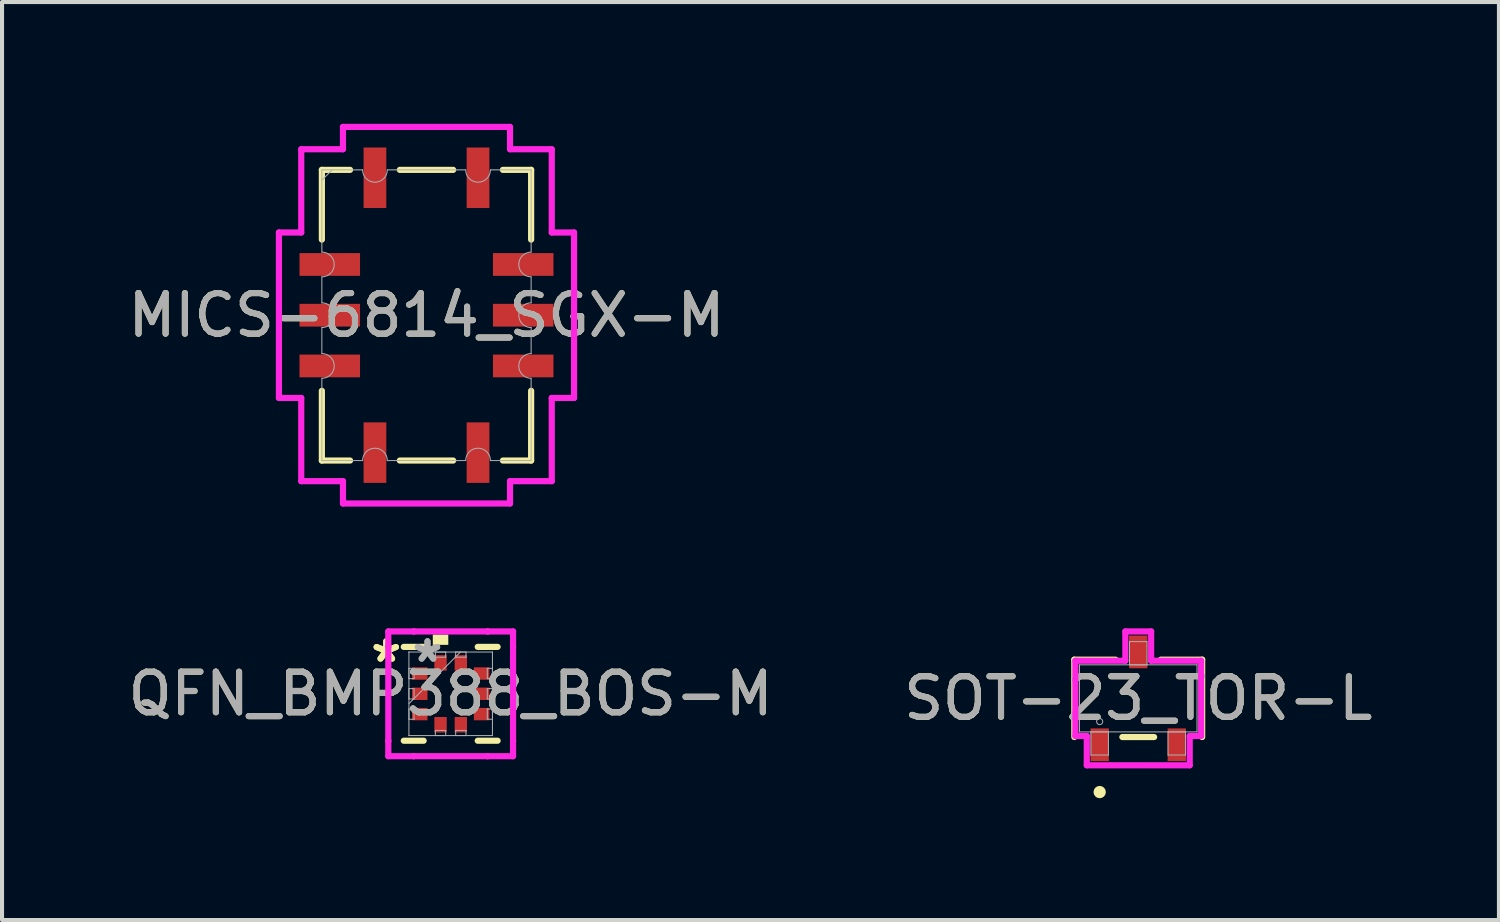
<source format=kicad_pcb>
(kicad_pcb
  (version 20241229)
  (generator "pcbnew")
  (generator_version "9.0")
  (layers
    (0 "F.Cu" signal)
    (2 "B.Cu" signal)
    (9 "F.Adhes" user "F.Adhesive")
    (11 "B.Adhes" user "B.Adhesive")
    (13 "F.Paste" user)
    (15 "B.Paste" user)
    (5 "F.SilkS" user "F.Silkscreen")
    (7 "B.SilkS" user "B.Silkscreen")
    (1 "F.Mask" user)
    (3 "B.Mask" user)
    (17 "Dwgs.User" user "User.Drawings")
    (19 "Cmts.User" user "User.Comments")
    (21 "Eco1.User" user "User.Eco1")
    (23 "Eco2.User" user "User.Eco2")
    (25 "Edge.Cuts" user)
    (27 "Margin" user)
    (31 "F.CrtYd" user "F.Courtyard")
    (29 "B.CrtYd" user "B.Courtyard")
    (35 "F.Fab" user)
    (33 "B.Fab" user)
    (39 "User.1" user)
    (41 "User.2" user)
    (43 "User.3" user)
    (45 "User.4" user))
  (footprint "MICS-6814_SGX-M"
    (layer "F.Cu")
    (at 7.458 4.716)
    (property "Reference" "MICS-6814_SGX-M" (at 0 0 0) (unlocked yes) (layer "F.SilkS") (effects (font (size 1 1) (thickness 0.15))))
    (attr smd)
    (fp_line (start -2.578 -1.863) (end -2.578 -3.581) (stroke (width 0.152) (type solid)) (layer "F.SilkS"))
    (fp_line (start -2.578 1.863) (end -2.578 3.581) (stroke (width 0.152) (type solid)) (layer "F.SilkS"))
    (fp_line (start -1.883 -3.581) (end -2.578 -3.581) (stroke (width 0.152) (type solid)) (layer "F.SilkS"))
    (fp_line (start -1.883 3.581) (end -2.578 3.581) (stroke (width 0.152) (type solid)) (layer "F.SilkS"))
    (fp_line (start 0.657 -3.581) (end -0.657 -3.581) (stroke (width 0.152) (type solid)) (layer "F.SilkS"))
    (fp_line (start 0.657 3.581) (end -0.657 3.581) (stroke (width 0.152) (type solid)) (layer "F.SilkS"))
    (fp_line (start 1.883 -3.581) (end 2.578 -3.581) (stroke (width 0.152) (type solid)) (layer "F.SilkS"))
    (fp_line (start 1.883 3.581) (end 2.578 3.581) (stroke (width 0.152) (type solid)) (layer "F.SilkS"))
    (fp_line (start 2.578 -1.863) (end 2.578 -3.581) (stroke (width 0.152) (type solid)) (layer "F.SilkS"))
    (fp_line (start 2.578 1.863) (end 2.578 3.581) (stroke (width 0.152) (type solid)) (layer "F.SilkS"))
    (fp_line (start -3.636 -2.038) (end -3.086 -2.038) (stroke (width 0.152) (type solid)) (layer "F.CrtYd"))
    (fp_line (start -3.636 2.038) (end -3.636 -2.038) (stroke (width 0.152) (type solid)) (layer "F.CrtYd"))
    (fp_line (start -3.636 2.038) (end -3.086 2.038) (stroke (width 0.152) (type solid)) (layer "F.CrtYd"))
    (fp_line (start -3.086 -4.089) (end -2.058 -4.089) (stroke (width 0.152) (type solid)) (layer "F.CrtYd"))
    (fp_line (start -3.086 -2.038) (end -3.086 -4.089) (stroke (width 0.152) (type solid)) (layer "F.CrtYd"))
    (fp_line (start -3.086 4.089) (end -3.086 2.038) (stroke (width 0.152) (type solid)) (layer "F.CrtYd"))
    (fp_line (start -2.058 -4.639) (end 2.058 -4.639) (stroke (width 0.152) (type solid)) (layer "F.CrtYd"))
    (fp_line (start -2.058 -4.089) (end -2.058 -4.639) (stroke (width 0.152) (type solid)) (layer "F.CrtYd"))
    (fp_line (start -2.058 4.089) (end -3.086 4.089) (stroke (width 0.152) (type solid)) (layer "F.CrtYd"))
    (fp_line (start -2.058 4.639) (end -2.058 4.089) (stroke (width 0.152) (type solid)) (layer "F.CrtYd"))
    (fp_line (start 2.058 -4.639) (end 2.058 -4.089) (stroke (width 0.152) (type solid)) (layer "F.CrtYd"))
    (fp_line (start 2.058 -4.089) (end 3.086 -4.089) (stroke (width 0.152) (type solid)) (layer "F.CrtYd"))
    (fp_line (start 2.058 4.089) (end 2.058 4.639) (stroke (width 0.152) (type solid)) (layer "F.CrtYd"))
    (fp_line (start 2.058 4.639) (end -2.058 4.639) (stroke (width 0.152) (type solid)) (layer "F.CrtYd"))
    (fp_line (start 3.086 -4.089) (end 3.086 -2.038) (stroke (width 0.152) (type solid)) (layer "F.CrtYd"))
    (fp_line (start 3.086 -2.038) (end 3.636 -2.038) (stroke (width 0.152) (type solid)) (layer "F.CrtYd"))
    (fp_line (start 3.086 2.038) (end 3.086 4.089) (stroke (width 0.152) (type solid)) (layer "F.CrtYd"))
    (fp_line (start 3.086 4.089) (end 2.058 4.089) (stroke (width 0.152) (type solid)) (layer "F.CrtYd"))
    (fp_line (start 3.636 -2.038) (end 3.636 2.038) (stroke (width 0.152) (type solid)) (layer "F.CrtYd"))
    (fp_line (start 3.636 2.038) (end 3.086 2.038) (stroke (width 0.152) (type solid)) (layer "F.CrtYd"))
    (fp_line (start -2.578 -1.555) (end -2.578 -3.581) (stroke (width 0.025) (type solid)) (layer "F.Fab"))
    (fp_line (start -2.578 -0.945) (end -2.578 -0.305) (stroke (width 0.025) (type solid)) (layer "F.Fab"))
    (fp_line (start -2.578 0.305) (end -2.578 0.945) (stroke (width 0.025) (type solid)) (layer "F.Fab"))
    (fp_line (start -2.578 1.555) (end -2.578 3.581) (stroke (width 0.025) (type solid)) (layer "F.Fab"))
    (fp_line (start -2.324 -3.581) (end -2.578 -3.327) (stroke (width 0.025) (type solid)) (layer "F.Fab"))
    (fp_line (start -1.575 -3.581) (end -2.578 -3.581) (stroke (width 0.025) (type solid)) (layer "F.Fab"))
    (fp_line (start -1.575 3.581) (end -2.578 3.581) (stroke (width 0.025) (type solid)) (layer "F.Fab"))
    (fp_line (start 0.965 -3.581) (end -0.965 -3.581) (stroke (width 0.025) (type solid)) (layer "F.Fab"))
    (fp_line (start 0.965 3.581) (end -0.965 3.581) (stroke (width 0.025) (type solid)) (layer "F.Fab"))
    (fp_line (start 1.575 -3.581) (end 2.578 -3.581) (stroke (width 0.025) (type solid)) (layer "F.Fab"))
    (fp_line (start 1.575 3.581) (end 2.578 3.581) (stroke (width 0.025) (type solid)) (layer "F.Fab"))
    (fp_line (start 2.578 -1.555) (end 2.578 -3.581) (stroke (width 0.025) (type solid)) (layer "F.Fab"))
    (fp_line (start 2.578 -0.945) (end 2.578 -0.305) (stroke (width 0.025) (type solid)) (layer "F.Fab"))
    (fp_line (start 2.578 0.305) (end 2.578 0.945) (stroke (width 0.025) (type solid)) (layer "F.Fab"))
    (fp_line (start 2.578 1.555) (end 2.578 3.581) (stroke (width 0.025) (type solid)) (layer "F.Fab"))
    (fp_arc (start -2.5781 -1.5548) (mid -2.2733 -1.25) (end -2.5781 -0.9452) (stroke (width 0.0254) (type solid)) (layer "F.Fab"))
    (fp_arc (start -2.5781 -0.3048) (mid -2.2733 0) (end -2.5781 0.3048) (stroke (width 0.0254) (type solid)) (layer "F.Fab"))
    (fp_arc (start -2.5781 0.9452) (mid -2.2733 1.25) (end -2.5781 1.5548) (stroke (width 0.0254) (type solid)) (layer "F.Fab"))
    (fp_arc (start -1.5748 3.5814) (mid -1.27 3.2766) (end -0.9652 3.5814) (stroke (width 0.0254) (type solid)) (layer "F.Fab"))
    (fp_arc (start -0.9652 -3.5814) (mid -1.27 -3.2766) (end -1.5748 -3.5814) (stroke (width 0.0254) (type solid)) (layer "F.Fab"))
    (fp_arc (start 0.9652 3.5814) (mid 1.27 3.2766) (end 1.5748 3.5814) (stroke (width 0.0254) (type solid)) (layer "F.Fab"))
    (fp_arc (start 1.5748 -3.5814) (mid 1.27 -3.2766) (end 0.9652 -3.5814) (stroke (width 0.0254) (type solid)) (layer "F.Fab"))
    (fp_arc (start 2.5781 -0.9452) (mid 2.2733 -1.25) (end 2.5781 -1.5548) (stroke (width 0.0254) (type solid)) (layer "F.Fab"))
    (fp_arc (start 2.5781 0.3048) (mid 2.2733 0) (end 2.5781 -0.3048) (stroke (width 0.0254) (type solid)) (layer "F.Fab"))
    (fp_arc (start 2.5781 1.5548) (mid 2.2733 1.25) (end 2.5781 0.9452) (stroke (width 0.0254) (type solid)) (layer "F.Fab"))
    (fp_text user "${REFERENCE}" (at 0 0 0) (unlocked yes) (layer "F.Fab") (effects (font (size 1 1) (thickness 0.15))))
    (pad "1" smd rect (at -2.383 -1.25) (size 1.491 0.56) (layers "F.Cu" "F.Mask" "F.Paste"))
    (pad "2" smd rect (at -2.383 0) (size 1.491 0.56) (layers "F.Cu" "F.Mask" "F.Paste"))
    (pad "3" smd rect (at -2.383 1.25) (size 1.491 0.56) (layers "F.Cu" "F.Mask" "F.Paste"))
    (pad "4" smd rect (at -1.27 3.386 90) (size 1.491 0.56) (layers "F.Cu" "F.Mask" "F.Paste"))
    (pad "5" smd rect (at 1.27 3.386 90) (size 1.491 0.56) (layers "F.Cu" "F.Mask" "F.Paste"))
    (pad "6" smd rect (at 2.383 1.25) (size 1.491 0.56) (layers "F.Cu" "F.Mask" "F.Paste"))
    (pad "7" smd rect (at 2.383 0) (size 1.491 0.56) (layers "F.Cu" "F.Mask" "F.Paste"))
    (pad "8" smd rect (at 2.383 -1.25) (size 1.491 0.56) (layers "F.Cu" "F.Mask" "F.Paste"))
    (pad "9" smd rect (at 1.27 -3.386 90) (size 1.491 0.56) (layers "F.Cu" "F.Mask" "F.Paste"))
    (pad "10" smd rect (at -1.27 -3.386 90) (size 1.491 0.56) (layers "F.Cu" "F.Mask" "F.Paste")))
  (footprint "QFN_BMP388_BOS-M"
    (layer "F.Cu")
    (at 8.054 14.044)
    (property "Reference" "QFN_BMP388_BOS-M" (at 0 0 0) (unlocked yes) (layer "F.SilkS") (effects (font (size 1 1) (thickness 0.15))))
    (attr smd)
    (fp_line (start -1.156 1.156) (end -0.666 1.156) (stroke (width 0.152) (type solid)) (layer "F.SilkS"))
    (fp_line (start -0.666 -1.156) (end -1.156 -1.156) (stroke (width 0.152) (type solid)) (layer "F.SilkS"))
    (fp_line (start 0.666 1.156) (end 1.156 1.156) (stroke (width 0.152) (type solid)) (layer "F.SilkS"))
    (fp_line (start 1.156 -1.156) (end 0.666 -1.156) (stroke (width 0.152) (type solid)) (layer "F.SilkS"))
    (fp_poly (pts (xy -0.441 -1.206) (xy -0.441 -1.46) (xy -0.059 -1.46) (xy -0.059 -1.206)) (stroke (width 0) (type solid)) (fill yes) (layer "F.SilkS"))
    (fp_line (start -1.537 -1.537) (end -0.91 -1.537) (stroke (width 0.152) (type solid)) (layer "F.CrtYd"))
    (fp_line (start -1.537 -1.16) (end -1.537 -1.537) (stroke (width 0.152) (type solid)) (layer "F.CrtYd"))
    (fp_line (start -1.537 -1.16) (end -1.537 -1.16) (stroke (width 0.152) (type solid)) (layer "F.CrtYd"))
    (fp_line (start -1.537 1.16) (end -1.537 -1.16) (stroke (width 0.152) (type solid)) (layer "F.CrtYd"))
    (fp_line (start -1.537 1.16) (end -1.537 1.16) (stroke (width 0.152) (type solid)) (layer "F.CrtYd"))
    (fp_line (start -1.537 1.537) (end -1.537 1.16) (stroke (width 0.152) (type solid)) (layer "F.CrtYd"))
    (fp_line (start -0.91 -1.537) (end -0.91 -1.537) (stroke (width 0.152) (type solid)) (layer "F.CrtYd"))
    (fp_line (start -0.91 -1.537) (end 0.91 -1.537) (stroke (width 0.152) (type solid)) (layer "F.CrtYd"))
    (fp_line (start -0.91 1.537) (end -1.537 1.537) (stroke (width 0.152) (type solid)) (layer "F.CrtYd"))
    (fp_line (start -0.91 1.537) (end -0.91 1.537) (stroke (width 0.152) (type solid)) (layer "F.CrtYd"))
    (fp_line (start 0.91 -1.537) (end 0.91 -1.537) (stroke (width 0.152) (type solid)) (layer "F.CrtYd"))
    (fp_line (start 0.91 -1.537) (end 1.537 -1.537) (stroke (width 0.152) (type solid)) (layer "F.CrtYd"))
    (fp_line (start 0.91 1.537) (end -0.91 1.537) (stroke (width 0.152) (type solid)) (layer "F.CrtYd"))
    (fp_line (start 0.91 1.537) (end 0.91 1.537) (stroke (width 0.152) (type solid)) (layer "F.CrtYd"))
    (fp_line (start 1.537 -1.537) (end 1.537 -1.16) (stroke (width 0.152) (type solid)) (layer "F.CrtYd"))
    (fp_line (start 1.537 -1.16) (end 1.537 -1.16) (stroke (width 0.152) (type solid)) (layer "F.CrtYd"))
    (fp_line (start 1.537 -1.16) (end 1.537 1.16) (stroke (width 0.152) (type solid)) (layer "F.CrtYd"))
    (fp_line (start 1.537 1.16) (end 1.537 1.16) (stroke (width 0.152) (type solid)) (layer "F.CrtYd"))
    (fp_line (start 1.537 1.16) (end 1.537 1.537) (stroke (width 0.152) (type solid)) (layer "F.CrtYd"))
    (fp_line (start 1.537 1.537) (end 0.91 1.537) (stroke (width 0.152) (type solid)) (layer "F.CrtYd"))
    (fp_line (start -1.029 -1.029) (end -1.029 -1.029) (stroke (width 0.025) (type solid)) (layer "F.Fab"))
    (fp_line (start -1.029 -1.029) (end -1.029 1.029) (stroke (width 0.025) (type solid)) (layer "F.Fab"))
    (fp_line (start -1.029 -0.627) (end -0.902 -0.627) (stroke (width 0.025) (type solid)) (layer "F.Fab"))
    (fp_line (start -1.029 -0.373) (end -1.029 -0.627) (stroke (width 0.025) (type solid)) (layer "F.Fab"))
    (fp_line (start -1.029 -0.127) (end -0.902 -0.127) (stroke (width 0.025) (type solid)) (layer "F.Fab"))
    (fp_line (start -1.029 0.127) (end -1.029 -0.127) (stroke (width 0.025) (type solid)) (layer "F.Fab"))
    (fp_line (start -1.029 0.241) (end 0.241 -1.029) (stroke (width 0.025) (type solid)) (layer "F.Fab"))
    (fp_line (start -1.029 0.373) (end -0.902 0.373) (stroke (width 0.025) (type solid)) (layer "F.Fab"))
    (fp_line (start -1.029 0.627) (end -1.029 0.373) (stroke (width 0.025) (type solid)) (layer "F.Fab"))
    (fp_line (start -1.029 1.029) (end -1.029 1.029) (stroke (width 0.025) (type solid)) (layer "F.Fab"))
    (fp_line (start -1.029 1.029) (end 1.029 1.029) (stroke (width 0.025) (type solid)) (layer "F.Fab"))
    (fp_line (start -0.902 -0.627) (end -0.902 -0.373) (stroke (width 0.025) (type solid)) (layer "F.Fab"))
    (fp_line (start -0.902 -0.373) (end -1.029 -0.373) (stroke (width 0.025) (type solid)) (layer "F.Fab"))
    (fp_line (start -0.902 -0.127) (end -0.902 0.127) (stroke (width 0.025) (type solid)) (layer "F.Fab"))
    (fp_line (start -0.902 0.127) (end -1.029 0.127) (stroke (width 0.025) (type solid)) (layer "F.Fab"))
    (fp_line (start -0.902 0.373) (end -0.902 0.627) (stroke (width 0.025) (type solid)) (layer "F.Fab"))
    (fp_line (start -0.902 0.627) (end -1.029 0.627) (stroke (width 0.025) (type solid)) (layer "F.Fab"))
    (fp_line (start -0.377 -1.029) (end -0.123 -1.029) (stroke (width 0.025) (type solid)) (layer "F.Fab"))
    (fp_line (start -0.377 -0.902) (end -0.377 -1.029) (stroke (width 0.025) (type solid)) (layer "F.Fab"))
    (fp_line (start -0.377 0.902) (end -0.123 0.902) (stroke (width 0.025) (type solid)) (layer "F.Fab"))
    (fp_line (start -0.377 1.029) (end -0.377 0.902) (stroke (width 0.025) (type solid)) (layer "F.Fab"))
    (fp_line (start -0.123 -1.029) (end -0.123 -0.902) (stroke (width 0.025) (type solid)) (layer "F.Fab"))
    (fp_line (start -0.123 -0.902) (end -0.377 -0.902) (stroke (width 0.025) (type solid)) (layer "F.Fab"))
    (fp_line (start -0.123 0.902) (end -0.123 1.029) (stroke (width 0.025) (type solid)) (layer "F.Fab"))
    (fp_line (start -0.123 1.029) (end -0.377 1.029) (stroke (width 0.025) (type solid)) (layer "F.Fab"))
    (fp_line (start 0.123 -1.029) (end 0.377 -1.029) (stroke (width 0.025) (type solid)) (layer "F.Fab"))
    (fp_line (start 0.123 -0.902) (end 0.123 -1.029) (stroke (width 0.025) (type solid)) (layer "F.Fab"))
    (fp_line (start 0.123 0.902) (end 0.377 0.902) (stroke (width 0.025) (type solid)) (layer "F.Fab"))
    (fp_line (start 0.123 1.029) (end 0.123 0.902) (stroke (width 0.025) (type solid)) (layer "F.Fab"))
    (fp_line (start 0.377 -1.029) (end 0.377 -0.902) (stroke (width 0.025) (type solid)) (layer "F.Fab"))
    (fp_line (start 0.377 -0.902) (end 0.123 -0.902) (stroke (width 0.025) (type solid)) (layer "F.Fab"))
    (fp_line (start 0.377 0.902) (end 0.377 1.029) (stroke (width 0.025) (type solid)) (layer "F.Fab"))
    (fp_line (start 0.377 1.029) (end 0.123 1.029) (stroke (width 0.025) (type solid)) (layer "F.Fab"))
    (fp_line (start 0.902 -0.627) (end 1.029 -0.627) (stroke (width 0.025) (type solid)) (layer "F.Fab"))
    (fp_line (start 0.902 -0.373) (end 0.902 -0.627) (stroke (width 0.025) (type solid)) (layer "F.Fab"))
    (fp_line (start 0.902 -0.127) (end 1.029 -0.127) (stroke (width 0.025) (type solid)) (layer "F.Fab"))
    (fp_line (start 0.902 0.127) (end 0.902 -0.127) (stroke (width 0.025) (type solid)) (layer "F.Fab"))
    (fp_line (start 0.902 0.373) (end 1.029 0.373) (stroke (width 0.025) (type solid)) (layer "F.Fab"))
    (fp_line (start 0.902 0.627) (end 0.902 0.373) (stroke (width 0.025) (type solid)) (layer "F.Fab"))
    (fp_line (start 1.029 -1.029) (end -1.029 -1.029) (stroke (width 0.025) (type solid)) (layer "F.Fab"))
    (fp_line (start 1.029 -1.029) (end 1.029 -1.029) (stroke (width 0.025) (type solid)) (layer "F.Fab"))
    (fp_line (start 1.029 -0.627) (end 1.029 -0.373) (stroke (width 0.025) (type solid)) (layer "F.Fab"))
    (fp_line (start 1.029 -0.373) (end 0.902 -0.373) (stroke (width 0.025) (type solid)) (layer "F.Fab"))
    (fp_line (start 1.029 -0.127) (end 1.029 0.127) (stroke (width 0.025) (type solid)) (layer "F.Fab"))
    (fp_line (start 1.029 0.127) (end 0.902 0.127) (stroke (width 0.025) (type solid)) (layer "F.Fab"))
    (fp_line (start 1.029 0.373) (end 1.029 0.627) (stroke (width 0.025) (type solid)) (layer "F.Fab"))
    (fp_line (start 1.029 0.627) (end 0.902 0.627) (stroke (width 0.025) (type solid)) (layer "F.Fab"))
    (fp_line (start 1.029 1.029) (end 1.029 -1.029) (stroke (width 0.025) (type solid)) (layer "F.Fab"))
    (fp_line (start 1.029 1.029) (end 1.029 1.029) (stroke (width 0.025) (type solid)) (layer "F.Fab"))
    (fp_text user "*" (at -1.587 -0.75 0) (layer "F.SilkS") (effects (font (size 1 1) (thickness 0.15))))
    (fp_text user "*" (at -1.587 -0.75 0) (unlocked yes) (layer "F.SilkS") (effects (font (size 1 1) (thickness 0.15))))
    (fp_text user "${REFERENCE}" (at 0 0 0) (unlocked yes) (layer "F.Fab") (effects (font (size 1 1) (thickness 0.15))))
    (fp_text user "*" (at -0.572 -0.75 0) (layer "F.Fab") (effects (font (size 1 1) (thickness 0.15))))
    (fp_text user "*" (at -0.572 -0.75 0) (unlocked yes) (layer "F.Fab") (effects (font (size 1 1) (thickness 0.15))))
    (pad "1" smd rect (at 0.25 -0.762) (size 0.305 0.381) (layers "F.Cu" "F.Mask" "F.Paste"))
    (pad "2" smd rect (at -0.25 -0.762) (size 0.305 0.381) (layers "F.Cu" "F.Mask" "F.Paste"))
    (pad "3" smd rect (at -0.762 -0.5 90) (size 0.305 0.381) (layers "F.Cu" "F.Mask" "F.Paste"))
    (pad "4" smd rect (at -0.762 0 90) (size 0.305 0.381) (layers "F.Cu" "F.Mask" "F.Paste"))
    (pad "5" smd rect (at -0.762 0.5 90) (size 0.305 0.381) (layers "F.Cu" "F.Mask" "F.Paste"))
    (pad "6" smd rect (at -0.25 0.762) (size 0.305 0.381) (layers "F.Cu" "F.Mask" "F.Paste"))
    (pad "7" smd rect (at 0.25 0.762) (size 0.305 0.381) (layers "F.Cu" "F.Mask" "F.Paste"))
    (pad "8" smd rect (at 0.762 0.5 90) (size 0.305 0.381) (layers "F.Cu" "F.Mask" "F.Paste"))
    (pad "9" smd rect (at 0.762 0 90) (size 0.305 0.381) (layers "F.Cu" "F.Mask" "F.Paste"))
    (pad "10" smd rect (at 0.762 -0.5 90) (size 0.305 0.381) (layers "F.Cu" "F.Mask" "F.Paste")))
  (footprint "SOT-23_TOR-L"
    (layer "F.Cu")
    (at 24.994 14.156)
    (property "Reference" "SOT-23_TOR-L" (at 0 0 0) (unlocked yes) (layer "F.SilkS") (effects (font (size 1 1) (thickness 0.15))))
    (attr smd)
    (fp_line (start -1.575 -0.953) (end -1.575 0.953) (stroke (width 0.152) (type solid)) (layer "F.SilkS"))
    (fp_line (start -0.559 -0.953) (end -1.575 -0.953) (stroke (width 0.152) (type solid)) (layer "F.SilkS"))
    (fp_line (start -0.391 0.953) (end 0.391 0.953) (stroke (width 0.152) (type solid)) (layer "F.SilkS"))
    (fp_line (start 1.575 -0.953) (end 0.559 -0.953) (stroke (width 0.152) (type solid)) (layer "F.SilkS"))
    (fp_line (start 1.575 0.953) (end 1.575 -0.953) (stroke (width 0.152) (type solid)) (layer "F.SilkS"))
    (fp_circle (center -0.95 2.309) (end -0.874 2.309) (stroke (width 0.152) (type solid)) (fill no) (layer "F.SilkS"))
    (fp_line (start -1.549 -0.927) (end -0.318 -0.927) (stroke (width 0.152) (type solid)) (layer "F.CrtYd"))
    (fp_line (start -1.549 0.927) (end -1.549 -0.927) (stroke (width 0.152) (type solid)) (layer "F.CrtYd"))
    (fp_line (start -1.549 0.927) (end -1.268 0.927) (stroke (width 0.152) (type solid)) (layer "F.CrtYd"))
    (fp_line (start -1.268 0.927) (end -1.268 1.649) (stroke (width 0.152) (type solid)) (layer "F.CrtYd"))
    (fp_line (start -1.268 1.649) (end 1.268 1.649) (stroke (width 0.152) (type solid)) (layer "F.CrtYd"))
    (fp_line (start -0.318 -1.649) (end 0.318 -1.649) (stroke (width 0.152) (type solid)) (layer "F.CrtYd"))
    (fp_line (start -0.318 -0.927) (end -0.318 -1.649) (stroke (width 0.152) (type solid)) (layer "F.CrtYd"))
    (fp_line (start 0.318 -0.927) (end 0.318 -1.649) (stroke (width 0.152) (type solid)) (layer "F.CrtYd"))
    (fp_line (start 1.268 0.927) (end 1.268 1.649) (stroke (width 0.152) (type solid)) (layer "F.CrtYd"))
    (fp_line (start 1.549 -0.927) (end 0.318 -0.927) (stroke (width 0.152) (type solid)) (layer "F.CrtYd"))
    (fp_line (start 1.549 -0.927) (end 1.549 0.927) (stroke (width 0.152) (type solid)) (layer "F.CrtYd"))
    (fp_line (start 1.549 0.927) (end 1.268 0.927) (stroke (width 0.152) (type solid)) (layer "F.CrtYd"))
    (fp_line (start -1.448 -0.826) (end -1.448 0.826) (stroke (width 0.025) (type solid)) (layer "F.Fab"))
    (fp_line (start -1.448 0.826) (end 1.448 0.826) (stroke (width 0.025) (type solid)) (layer "F.Fab"))
    (fp_line (start -1.166 0.826) (end -1.166 1.397) (stroke (width 0.025) (type solid)) (layer "F.Fab"))
    (fp_line (start -1.166 1.397) (end -0.734 1.397) (stroke (width 0.025) (type solid)) (layer "F.Fab"))
    (fp_line (start -0.734 0.826) (end -1.166 0.826) (stroke (width 0.025) (type solid)) (layer "F.Fab"))
    (fp_line (start -0.734 1.397) (end -0.734 0.826) (stroke (width 0.025) (type solid)) (layer "F.Fab"))
    (fp_line (start -0.216 -1.397) (end -0.216 -0.826) (stroke (width 0.025) (type solid)) (layer "F.Fab"))
    (fp_line (start -0.216 -0.826) (end 0.216 -0.826) (stroke (width 0.025) (type solid)) (layer "F.Fab"))
    (fp_line (start 0.216 -1.397) (end -0.216 -1.397) (stroke (width 0.025) (type solid)) (layer "F.Fab"))
    (fp_line (start 0.216 -0.826) (end 0.216 -1.397) (stroke (width 0.025) (type solid)) (layer "F.Fab"))
    (fp_line (start 0.734 0.826) (end 0.734 1.397) (stroke (width 0.025) (type solid)) (layer "F.Fab"))
    (fp_line (start 0.734 1.397) (end 1.166 1.397) (stroke (width 0.025) (type solid)) (layer "F.Fab"))
    (fp_line (start 1.166 0.826) (end 0.734 0.826) (stroke (width 0.025) (type solid)) (layer "F.Fab"))
    (fp_line (start 1.166 1.397) (end 1.166 0.826) (stroke (width 0.025) (type solid)) (layer "F.Fab"))
    (fp_line (start 1.448 -0.826) (end -1.448 -0.826) (stroke (width 0.025) (type solid)) (layer "F.Fab"))
    (fp_line (start 1.448 0.826) (end 1.448 -0.826) (stroke (width 0.025) (type solid)) (layer "F.Fab"))
    (fp_circle (center -0.95 0.572) (end -0.874 0.572) (stroke (width 0.025) (type solid)) (fill no) (layer "F.Fab"))
    (fp_text user "${REFERENCE}" (at 0 0 0) (unlocked yes) (layer "F.Fab") (effects (font (size 1 1) (thickness 0.15))))
    (pad "1" smd rect (at -0.95 1.144) (size 0.452 0.806) (layers "F.Cu" "F.Mask" "F.Paste"))
    (pad "2" smd rect (at 0.95 1.144) (size 0.452 0.806) (layers "F.Cu" "F.Mask" "F.Paste"))
    (pad "3" smd rect (at 0 -1.144) (size 0.452 0.806) (layers "F.Cu" "F.Mask" "F.Paste")))
  (gr_rect
    (start -3 -3)
    (end 33.881 19.617)
    (stroke (width 0.1) (type default))
    (fill no)
    (layer "Edge.Cuts")))
</source>
